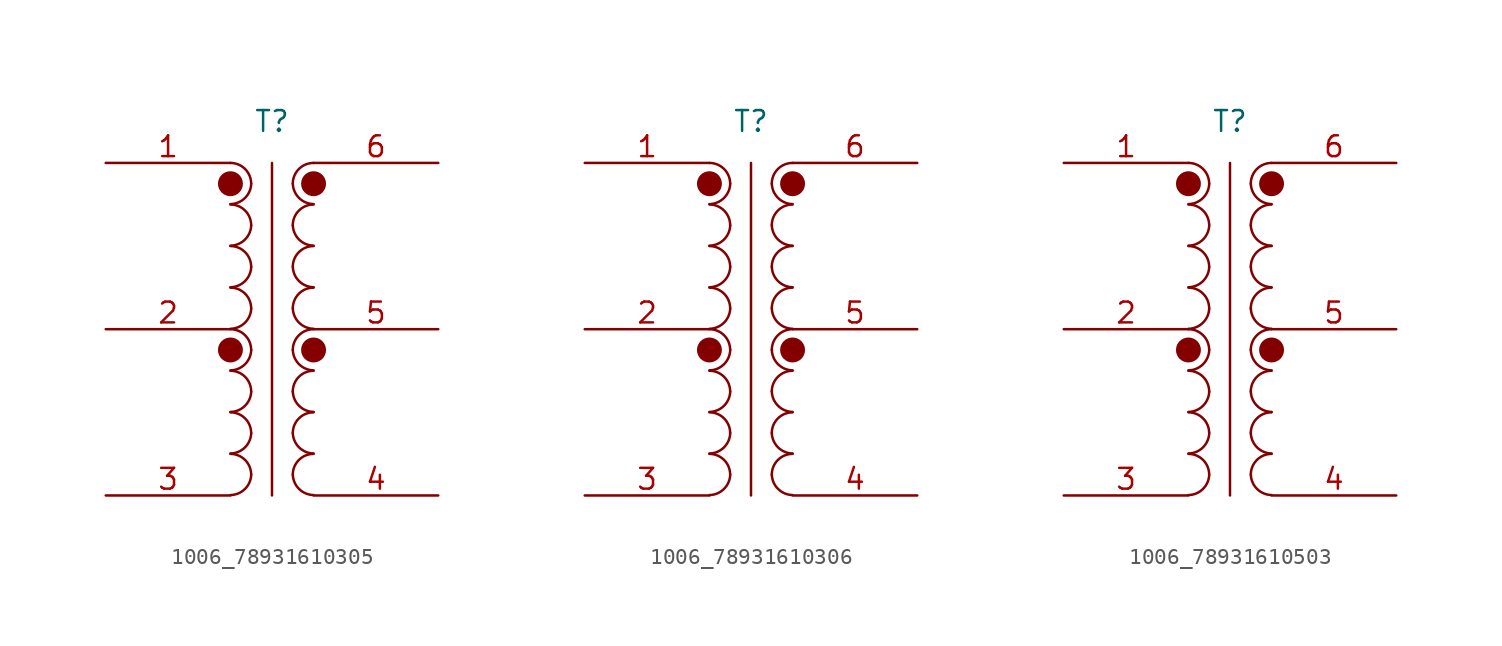
<source format=kicad_sym>
(kicad_symbol_lib
  (version 20220914)
  (generator kicad_symbol_editor)
  (symbol "1006_78931610305"
    (pin_names hide)
    (property "Reference" "T"
      (at 0 12.7 0)
      (effects (font (size 1.27 1.27))))
    (property "Critical Parameter" ""
      (at 0 -5.08 0)
      (effects (font (size 1.27 1.27)) (justify left)))
    (symbol "1006_78931610305_0_1"
      (arc (start -2.54 -10.1346) (mid -1.6561 -9.7663) (end -1.27 -8.89) (stroke (width 0) (type default)) (fill (type none)))
      (arc (start -2.54 -7.5946) (mid -1.6561 -7.2263) (end -1.27 -6.35) (stroke (width 0) (type default)) (fill (type none)))
      (arc (start -2.54 -5.0546) (mid -1.6561 -4.6863) (end -1.27 -3.81) (stroke (width 0) (type default)) (fill (type none)))
      (arc (start -2.54 -2.5146) (mid -1.6561 -2.1463) (end -1.27 -1.27) (stroke (width 0) (type default)) (fill (type none)))
      (arc (start -2.54 0.0254) (mid -1.6561 0.3937) (end -1.27 1.27) (stroke (width 0) (type default)) (fill (type none)))
      (arc (start -2.54 2.5654) (mid -1.6561 2.9337) (end -1.27 3.81) (stroke (width 0) (type default)) (fill (type none)))
      (arc (start -2.54 5.1054) (mid -1.6561 5.4737) (end -1.27 6.35) (stroke (width 0) (type default)) (fill (type none)))
      (arc (start -2.54 7.6454) (mid -1.6561 8.0137) (end -1.27 8.89) (stroke (width 0) (type default)) (fill (type none)))
      (arc (start -1.27 -8.89) (mid -1.642 -7.992) (end -2.54 -7.62) (stroke (width 0) (type default)) (fill (type none)))
      (arc (start -1.27 -6.35) (mid -1.642 -5.452) (end -2.54 -5.08) (stroke (width 0) (type default)) (fill (type none)))
      (arc (start -1.27 -3.81) (mid -1.642 -2.912) (end -2.54 -2.54) (stroke (width 0) (type default)) (fill (type none)))
      (arc (start -1.27 -1.27) (mid -1.642 -0.372) (end -2.54 0) (stroke (width 0) (type default)) (fill (type none)))
      (arc (start -1.27 1.27) (mid -1.642 2.168) (end -2.54 2.54) (stroke (width 0) (type default)) (fill (type none)))
      (arc (start -1.27 3.81) (mid -1.642 4.708) (end -2.54 5.08) (stroke (width 0) (type default)) (fill (type none)))
      (arc (start -1.27 6.35) (mid -1.642 7.248) (end -2.54 7.62) (stroke (width 0) (type default)) (fill (type none)))
      (arc (start -1.27 8.89) (mid -1.642 9.788) (end -2.54 10.16) (stroke (width 0) (type default)) (fill (type none)))
      (polyline (pts (xy 0 -10.16) (xy 0 10.16)) (stroke (width 0) (type default)) (fill (type none)))
      (arc (start 1.27 -8.89) (mid 1.6561 -9.7663) (end 2.54 -10.1346) (stroke (width 0) (type default)) (fill (type none)))
      (arc (start 1.27 -6.35) (mid 1.6561 -7.2263) (end 2.54 -7.5946) (stroke (width 0) (type default)) (fill (type none)))
      (arc (start 1.27 -3.81) (mid 1.6561 -4.6863) (end 2.54 -5.0546) (stroke (width 0) (type default)) (fill (type none)))
      (arc (start 1.27 -1.27) (mid 1.6561 -2.1463) (end 2.54 -2.5146) (stroke (width 0) (type default)) (fill (type none)))
      (arc (start 1.27 1.27) (mid 1.6561 0.3937) (end 2.54 0.0254) (stroke (width 0) (type default)) (fill (type none)))
      (arc (start 1.27 3.81) (mid 1.6561 2.9337) (end 2.54 2.5654) (stroke (width 0) (type default)) (fill (type none)))
      (arc (start 1.27 6.35) (mid 1.6561 5.4737) (end 2.54 5.1054) (stroke (width 0) (type default)) (fill (type none)))
      (arc (start 1.27 8.89) (mid 1.6561 8.0137) (end 2.54 7.6454) (stroke (width 0) (type default)) (fill (type none)))
      (arc (start 2.54 -7.62) (mid 1.642 -7.992) (end 1.27 -8.89) (stroke (width 0) (type default)) (fill (type none)))
      (arc (start 2.54 -5.08) (mid 1.642 -5.452) (end 1.27 -6.35) (stroke (width 0) (type default)) (fill (type none)))
      (arc (start 2.54 -2.54) (mid 1.642 -2.912) (end 1.27 -3.81) (stroke (width 0) (type default)) (fill (type none)))
      (arc (start 2.54 0) (mid 1.642 -0.372) (end 1.27 -1.27) (stroke (width 0) (type default)) (fill (type none)))
      (arc (start 2.54 2.54) (mid 1.642 2.168) (end 1.27 1.27) (stroke (width 0) (type default)) (fill (type none)))
      (arc (start 2.54 5.08) (mid 1.642 4.708) (end 1.27 3.81) (stroke (width 0) (type default)) (fill (type none)))
      (arc (start 2.54 7.62) (mid 1.642 7.248) (end 1.27 6.35) (stroke (width 0) (type default)) (fill (type none)))
      (arc (start 2.54 10.16) (mid 1.642 9.788) (end 1.27 8.89) (stroke (width 0) (type default)) (fill (type none))))
    (symbol "1006_78931610305_1_1"
      (circle (center -2.54 -1.27) (radius 0.0001) (stroke (width 0.762) (type default)) (fill (type none)))
      (circle (center -2.54 8.89) (radius 0.0001) (stroke (width 0.762) (type default)) (fill (type none)))
      (circle (center 2.54 -1.27) (radius 0.0001) (stroke (width 0.762) (type default)) (fill (type none)))
      (circle (center 2.54 8.89) (radius 0.0001) (stroke (width 0.762) (type default)) (fill (type none)))
      (pin passive line (at -10.16 10.16 0) (length 7.62) (name "1" (effects (font (size 1.27 1.27)))) (number "1" (effects (font (size 1.27 1.27)))))
      (pin passive line (at -10.16 0 0) (length 7.62) (name "2" (effects (font (size 1.27 1.27)))) (number "2" (effects (font (size 1.27 1.27)))))
      (pin passive line (at -10.16 -10.16 0) (length 7.62) (name "3" (effects (font (size 1.27 1.27)))) (number "3" (effects (font (size 1.27 1.27)))))
      (pin passive line (at 10.16 -10.16 180) (length 7.62) (name "4" (effects (font (size 1.27 1.27)))) (number "4" (effects (font (size 1.27 1.27)))))
      (pin passive line (at 10.16 0 180) (length 7.62) (name "5" (effects (font (size 1.27 1.27)))) (number "5" (effects (font (size 1.27 1.27)))))
      (pin passive line (at 10.16 10.16 180) (length 7.62) (name "6" (effects (font (size 1.27 1.27)))) (number "6" (effects (font (size 1.27 1.27)))))))
  (symbol "1006_78931610306"
    (pin_names hide)
    (property "Reference" "T"
      (at 0 12.7 0)
      (effects (font (size 1.27 1.27))))
    (property "Critical Parameter" ""
      (at 0 -5.08 0)
      (effects (font (size 1.27 1.27)) (justify left)))
    (symbol "1006_78931610306_0_1"
      (arc (start -2.54 -10.1346) (mid -1.6561 -9.7663) (end -1.27 -8.89) (stroke (width 0) (type default)) (fill (type none)))
      (arc (start -2.54 -7.5946) (mid -1.6561 -7.2263) (end -1.27 -6.35) (stroke (width 0) (type default)) (fill (type none)))
      (arc (start -2.54 -5.0546) (mid -1.6561 -4.6863) (end -1.27 -3.81) (stroke (width 0) (type default)) (fill (type none)))
      (arc (start -2.54 -2.5146) (mid -1.6561 -2.1463) (end -1.27 -1.27) (stroke (width 0) (type default)) (fill (type none)))
      (arc (start -2.54 0.0254) (mid -1.6561 0.3937) (end -1.27 1.27) (stroke (width 0) (type default)) (fill (type none)))
      (arc (start -2.54 2.5654) (mid -1.6561 2.9337) (end -1.27 3.81) (stroke (width 0) (type default)) (fill (type none)))
      (arc (start -2.54 5.1054) (mid -1.6561 5.4737) (end -1.27 6.35) (stroke (width 0) (type default)) (fill (type none)))
      (arc (start -2.54 7.6454) (mid -1.6561 8.0137) (end -1.27 8.89) (stroke (width 0) (type default)) (fill (type none)))
      (arc (start -1.27 -8.89) (mid -1.642 -7.992) (end -2.54 -7.62) (stroke (width 0) (type default)) (fill (type none)))
      (arc (start -1.27 -6.35) (mid -1.642 -5.452) (end -2.54 -5.08) (stroke (width 0) (type default)) (fill (type none)))
      (arc (start -1.27 -3.81) (mid -1.642 -2.912) (end -2.54 -2.54) (stroke (width 0) (type default)) (fill (type none)))
      (arc (start -1.27 -1.27) (mid -1.642 -0.372) (end -2.54 0) (stroke (width 0) (type default)) (fill (type none)))
      (arc (start -1.27 1.27) (mid -1.642 2.168) (end -2.54 2.54) (stroke (width 0) (type default)) (fill (type none)))
      (arc (start -1.27 3.81) (mid -1.642 4.708) (end -2.54 5.08) (stroke (width 0) (type default)) (fill (type none)))
      (arc (start -1.27 6.35) (mid -1.642 7.248) (end -2.54 7.62) (stroke (width 0) (type default)) (fill (type none)))
      (arc (start -1.27 8.89) (mid -1.642 9.788) (end -2.54 10.16) (stroke (width 0) (type default)) (fill (type none)))
      (polyline (pts (xy 0 -10.16) (xy 0 10.16)) (stroke (width 0) (type default)) (fill (type none)))
      (arc (start 1.27 -8.89) (mid 1.6561 -9.7663) (end 2.54 -10.1346) (stroke (width 0) (type default)) (fill (type none)))
      (arc (start 1.27 -6.35) (mid 1.6561 -7.2263) (end 2.54 -7.5946) (stroke (width 0) (type default)) (fill (type none)))
      (arc (start 1.27 -3.81) (mid 1.6561 -4.6863) (end 2.54 -5.0546) (stroke (width 0) (type default)) (fill (type none)))
      (arc (start 1.27 -1.27) (mid 1.6561 -2.1463) (end 2.54 -2.5146) (stroke (width 0) (type default)) (fill (type none)))
      (arc (start 1.27 1.27) (mid 1.6561 0.3937) (end 2.54 0.0254) (stroke (width 0) (type default)) (fill (type none)))
      (arc (start 1.27 3.81) (mid 1.6561 2.9337) (end 2.54 2.5654) (stroke (width 0) (type default)) (fill (type none)))
      (arc (start 1.27 6.35) (mid 1.6561 5.4737) (end 2.54 5.1054) (stroke (width 0) (type default)) (fill (type none)))
      (arc (start 1.27 8.89) (mid 1.6561 8.0137) (end 2.54 7.6454) (stroke (width 0) (type default)) (fill (type none)))
      (arc (start 2.54 -7.62) (mid 1.642 -7.992) (end 1.27 -8.89) (stroke (width 0) (type default)) (fill (type none)))
      (arc (start 2.54 -5.08) (mid 1.642 -5.452) (end 1.27 -6.35) (stroke (width 0) (type default)) (fill (type none)))
      (arc (start 2.54 -2.54) (mid 1.642 -2.912) (end 1.27 -3.81) (stroke (width 0) (type default)) (fill (type none)))
      (arc (start 2.54 0) (mid 1.642 -0.372) (end 1.27 -1.27) (stroke (width 0) (type default)) (fill (type none)))
      (arc (start 2.54 2.54) (mid 1.642 2.168) (end 1.27 1.27) (stroke (width 0) (type default)) (fill (type none)))
      (arc (start 2.54 5.08) (mid 1.642 4.708) (end 1.27 3.81) (stroke (width 0) (type default)) (fill (type none)))
      (arc (start 2.54 7.62) (mid 1.642 7.248) (end 1.27 6.35) (stroke (width 0) (type default)) (fill (type none)))
      (arc (start 2.54 10.16) (mid 1.642 9.788) (end 1.27 8.89) (stroke (width 0) (type default)) (fill (type none))))
    (symbol "1006_78931610306_1_1"
      (circle (center -2.54 -1.27) (radius 0.0001) (stroke (width 0.762) (type default)) (fill (type none)))
      (circle (center -2.54 8.89) (radius 0.0001) (stroke (width 0.762) (type default)) (fill (type none)))
      (circle (center 2.54 -1.27) (radius 0.0001) (stroke (width 0.762) (type default)) (fill (type none)))
      (circle (center 2.54 8.89) (radius 0.0001) (stroke (width 0.762) (type default)) (fill (type none)))
      (pin passive line (at -10.16 10.16 0) (length 7.62) (name "1" (effects (font (size 1.27 1.27)))) (number "1" (effects (font (size 1.27 1.27)))))
      (pin passive line (at -10.16 0 0) (length 7.62) (name "2" (effects (font (size 1.27 1.27)))) (number "2" (effects (font (size 1.27 1.27)))))
      (pin passive line (at -10.16 -10.16 0) (length 7.62) (name "3" (effects (font (size 1.27 1.27)))) (number "3" (effects (font (size 1.27 1.27)))))
      (pin passive line (at 10.16 -10.16 180) (length 7.62) (name "4" (effects (font (size 1.27 1.27)))) (number "4" (effects (font (size 1.27 1.27)))))
      (pin passive line (at 10.16 0 180) (length 7.62) (name "5" (effects (font (size 1.27 1.27)))) (number "5" (effects (font (size 1.27 1.27)))))
      (pin passive line (at 10.16 10.16 180) (length 7.62) (name "6" (effects (font (size 1.27 1.27)))) (number "6" (effects (font (size 1.27 1.27)))))))
  (symbol "1006_78931610503"
    (pin_names hide)
    (property "Reference" "T"
      (at 0 12.7 0)
      (effects (font (size 1.27 1.27))))
    (property "Critical Parameter" ""
      (at 0 -5.08 0)
      (effects (font (size 1.27 1.27)) (justify left)))
    (symbol "1006_78931610503_0_1"
      (arc (start -2.54 -10.1346) (mid -1.6561 -9.7663) (end -1.27 -8.89) (stroke (width 0) (type default)) (fill (type none)))
      (arc (start -2.54 -7.5946) (mid -1.6561 -7.2263) (end -1.27 -6.35) (stroke (width 0) (type default)) (fill (type none)))
      (arc (start -2.54 -5.0546) (mid -1.6561 -4.6863) (end -1.27 -3.81) (stroke (width 0) (type default)) (fill (type none)))
      (arc (start -2.54 -2.5146) (mid -1.6561 -2.1463) (end -1.27 -1.27) (stroke (width 0) (type default)) (fill (type none)))
      (arc (start -2.54 0.0254) (mid -1.6561 0.3937) (end -1.27 1.27) (stroke (width 0) (type default)) (fill (type none)))
      (arc (start -2.54 2.5654) (mid -1.6561 2.9337) (end -1.27 3.81) (stroke (width 0) (type default)) (fill (type none)))
      (arc (start -2.54 5.1054) (mid -1.6561 5.4737) (end -1.27 6.35) (stroke (width 0) (type default)) (fill (type none)))
      (arc (start -2.54 7.6454) (mid -1.6561 8.0137) (end -1.27 8.89) (stroke (width 0) (type default)) (fill (type none)))
      (arc (start -1.27 -8.89) (mid -1.642 -7.992) (end -2.54 -7.62) (stroke (width 0) (type default)) (fill (type none)))
      (arc (start -1.27 -6.35) (mid -1.642 -5.452) (end -2.54 -5.08) (stroke (width 0) (type default)) (fill (type none)))
      (arc (start -1.27 -3.81) (mid -1.642 -2.912) (end -2.54 -2.54) (stroke (width 0) (type default)) (fill (type none)))
      (arc (start -1.27 -1.27) (mid -1.642 -0.372) (end -2.54 0) (stroke (width 0) (type default)) (fill (type none)))
      (arc (start -1.27 1.27) (mid -1.642 2.168) (end -2.54 2.54) (stroke (width 0) (type default)) (fill (type none)))
      (arc (start -1.27 3.81) (mid -1.642 4.708) (end -2.54 5.08) (stroke (width 0) (type default)) (fill (type none)))
      (arc (start -1.27 6.35) (mid -1.642 7.248) (end -2.54 7.62) (stroke (width 0) (type default)) (fill (type none)))
      (arc (start -1.27 8.89) (mid -1.642 9.788) (end -2.54 10.16) (stroke (width 0) (type default)) (fill (type none)))
      (polyline (pts (xy 0 -10.16) (xy 0 10.16)) (stroke (width 0) (type default)) (fill (type none)))
      (arc (start 1.27 -8.89) (mid 1.6561 -9.7663) (end 2.54 -10.1346) (stroke (width 0) (type default)) (fill (type none)))
      (arc (start 1.27 -6.35) (mid 1.6561 -7.2263) (end 2.54 -7.5946) (stroke (width 0) (type default)) (fill (type none)))
      (arc (start 1.27 -3.81) (mid 1.6561 -4.6863) (end 2.54 -5.0546) (stroke (width 0) (type default)) (fill (type none)))
      (arc (start 1.27 -1.27) (mid 1.6561 -2.1463) (end 2.54 -2.5146) (stroke (width 0) (type default)) (fill (type none)))
      (arc (start 1.27 1.27) (mid 1.6561 0.3937) (end 2.54 0.0254) (stroke (width 0) (type default)) (fill (type none)))
      (arc (start 1.27 3.81) (mid 1.6561 2.9337) (end 2.54 2.5654) (stroke (width 0) (type default)) (fill (type none)))
      (arc (start 1.27 6.35) (mid 1.6561 5.4737) (end 2.54 5.1054) (stroke (width 0) (type default)) (fill (type none)))
      (arc (start 1.27 8.89) (mid 1.6561 8.0137) (end 2.54 7.6454) (stroke (width 0) (type default)) (fill (type none)))
      (arc (start 2.54 -7.62) (mid 1.642 -7.992) (end 1.27 -8.89) (stroke (width 0) (type default)) (fill (type none)))
      (arc (start 2.54 -5.08) (mid 1.642 -5.452) (end 1.27 -6.35) (stroke (width 0) (type default)) (fill (type none)))
      (arc (start 2.54 -2.54) (mid 1.642 -2.912) (end 1.27 -3.81) (stroke (width 0) (type default)) (fill (type none)))
      (arc (start 2.54 0) (mid 1.642 -0.372) (end 1.27 -1.27) (stroke (width 0) (type default)) (fill (type none)))
      (arc (start 2.54 2.54) (mid 1.642 2.168) (end 1.27 1.27) (stroke (width 0) (type default)) (fill (type none)))
      (arc (start 2.54 5.08) (mid 1.642 4.708) (end 1.27 3.81) (stroke (width 0) (type default)) (fill (type none)))
      (arc (start 2.54 7.62) (mid 1.642 7.248) (end 1.27 6.35) (stroke (width 0) (type default)) (fill (type none)))
      (arc (start 2.54 10.16) (mid 1.642 9.788) (end 1.27 8.89) (stroke (width 0) (type default)) (fill (type none))))
    (symbol "1006_78931610503_1_1"
      (circle (center -2.54 -1.27) (radius 0.0001) (stroke (width 0.762) (type default)) (fill (type none)))
      (circle (center -2.54 8.89) (radius 0.0001) (stroke (width 0.762) (type default)) (fill (type none)))
      (circle (center 2.54 -1.27) (radius 0.0001) (stroke (width 0.762) (type default)) (fill (type none)))
      (circle (center 2.54 8.89) (radius 0.0001) (stroke (width 0.762) (type default)) (fill (type none)))
      (pin passive line (at -10.16 10.16 0) (length 7.62) (name "1" (effects (font (size 1.27 1.27)))) (number "1" (effects (font (size 1.27 1.27)))))
      (pin passive line (at -10.16 0 0) (length 7.62) (name "2" (effects (font (size 1.27 1.27)))) (number "2" (effects (font (size 1.27 1.27)))))
      (pin passive line (at -10.16 -10.16 0) (length 7.62) (name "3" (effects (font (size 1.27 1.27)))) (number "3" (effects (font (size 1.27 1.27)))))
      (pin passive line (at 10.16 -10.16 180) (length 7.62) (name "4" (effects (font (size 1.27 1.27)))) (number "4" (effects (font (size 1.27 1.27)))))
      (pin passive line (at 10.16 0 180) (length 7.62) (name "5" (effects (font (size 1.27 1.27)))) (number "5" (effects (font (size 1.27 1.27)))))
      (pin passive line (at 10.16 10.16 180) (length 7.62) (name "6" (effects (font (size 1.27 1.27)))) (number "6" (effects (font (size 1.27 1.27))))))))
</source>
